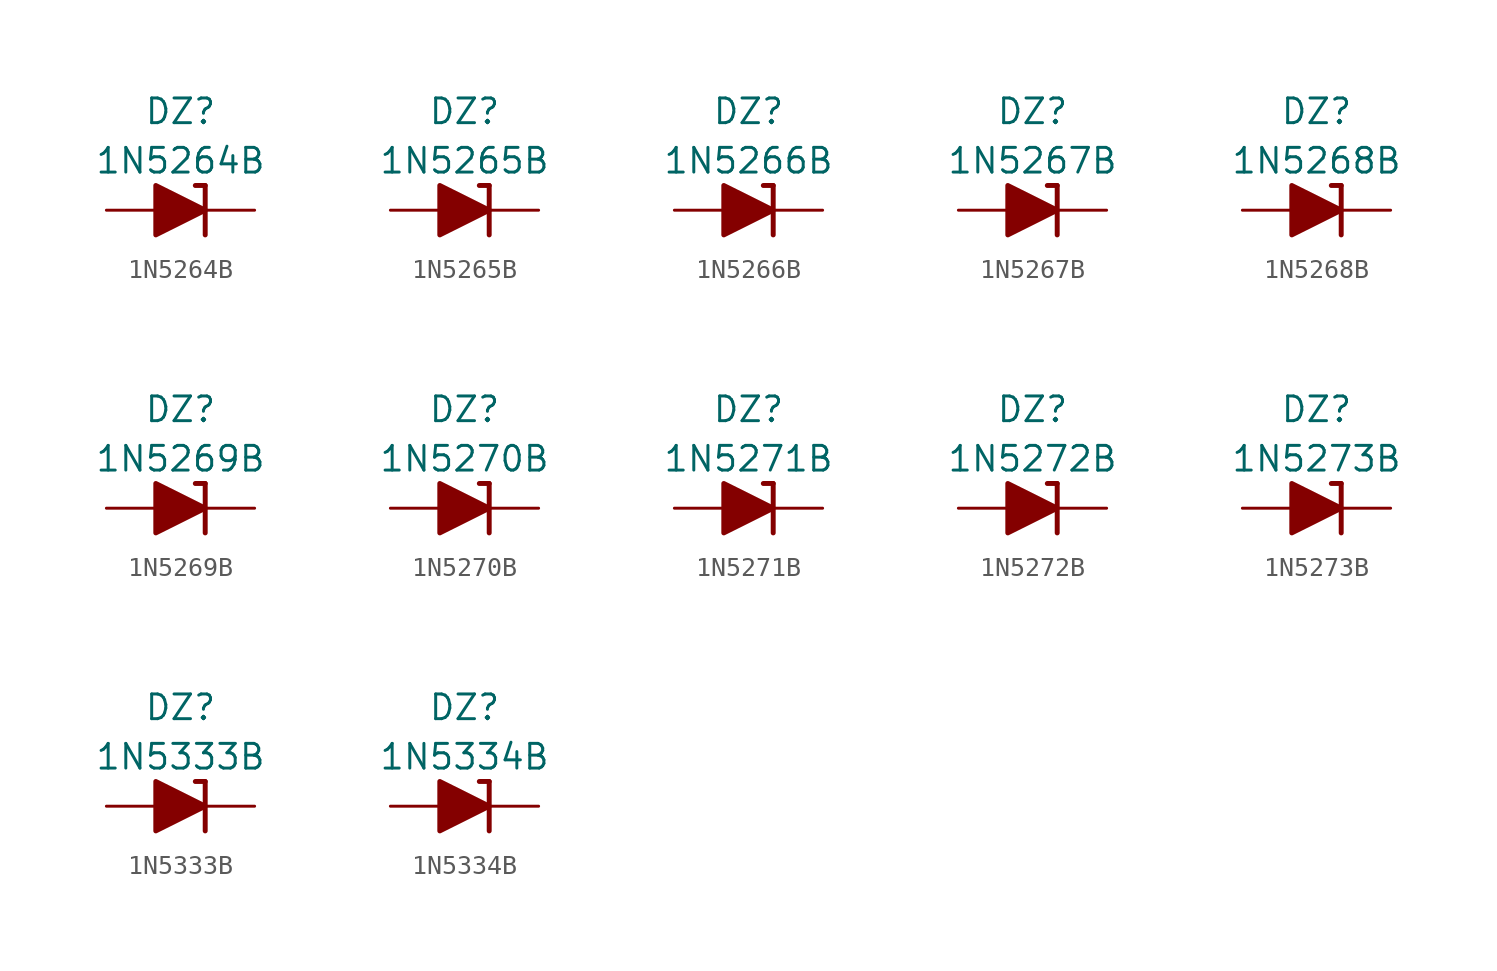
<source format=kicad_sym>
(kicad_symbol_lib
  (version 20211014)
  (generator kicad_symbol_editor)
  (symbol "1N5264B"
    (pin_numbers hide)
    (pin_names
      (offset 1.016) hide)
    (property "Reference" "DZ"
      (at 0 5.08 0)
      (effects (font (size 1.27 1.27))))
    (property "Value" "1N5264B"
      (at 0 2.54 0)
      (effects (font (size 1.27 1.27))))
    (symbol "1N5264B_0_1"
      (polyline (pts (xy -1.27 0) (xy 1.27 0)) (stroke (width 0) (type default) (color 0 0 0 0)) (fill (type none)))
      (polyline (pts (xy 1.27 1.27) (xy 0.762 1.27)) (stroke (width 0.254) (type default) (color 0 0 0 0)) (fill (type none)))
      (polyline (pts (xy 1.27 1.27) (xy 1.27 -1.27)) (stroke (width 0.254) (type default) (color 0 0 0 0)) (fill (type none)))
      (polyline (pts (xy -1.27 -1.27) (xy -1.27 1.27) (xy 1.27 0) (xy -1.27 -1.27)) (stroke (width 0.254) (type default) (color 0 0 0 0)) (fill (type outline))))
    (symbol "1N5264B_1_1"
      (pin passive line (at 3.81 0 180) (length 2.54) (name "K" (effects (font (size 1.27 1.27)))) (number "1" (effects (font (size 1.27 1.27)))))
      (pin passive line (at -3.81 0 0) (length 2.54) (name "A" (effects (font (size 1.27 1.27)))) (number "2" (effects (font (size 1.27 1.27)))))))
  (symbol "1N5265B"
    (pin_numbers hide)
    (pin_names
      (offset 1.016) hide)
    (property "Reference" "DZ"
      (at 0 5.08 0)
      (effects (font (size 1.27 1.27))))
    (property "Value" "1N5265B"
      (at 0 2.54 0)
      (effects (font (size 1.27 1.27))))
    (symbol "1N5265B_0_1"
      (polyline (pts (xy -1.27 0) (xy 1.27 0)) (stroke (width 0) (type default) (color 0 0 0 0)) (fill (type none)))
      (polyline (pts (xy 1.27 1.27) (xy 0.762 1.27)) (stroke (width 0.254) (type default) (color 0 0 0 0)) (fill (type none)))
      (polyline (pts (xy 1.27 1.27) (xy 1.27 -1.27)) (stroke (width 0.254) (type default) (color 0 0 0 0)) (fill (type none)))
      (polyline (pts (xy -1.27 -1.27) (xy -1.27 1.27) (xy 1.27 0) (xy -1.27 -1.27)) (stroke (width 0.254) (type default) (color 0 0 0 0)) (fill (type outline))))
    (symbol "1N5265B_1_1"
      (pin passive line (at 3.81 0 180) (length 2.54) (name "K" (effects (font (size 1.27 1.27)))) (number "1" (effects (font (size 1.27 1.27)))))
      (pin passive line (at -3.81 0 0) (length 2.54) (name "A" (effects (font (size 1.27 1.27)))) (number "2" (effects (font (size 1.27 1.27)))))))
  (symbol "1N5266B"
    (pin_numbers hide)
    (pin_names
      (offset 1.016) hide)
    (property "Reference" "DZ"
      (at 0 5.08 0)
      (effects (font (size 1.27 1.27))))
    (property "Value" "1N5266B"
      (at 0 2.54 0)
      (effects (font (size 1.27 1.27))))
    (symbol "1N5266B_0_1"
      (polyline (pts (xy -1.27 0) (xy 1.27 0)) (stroke (width 0) (type default) (color 0 0 0 0)) (fill (type none)))
      (polyline (pts (xy 1.27 1.27) (xy 0.762 1.27)) (stroke (width 0.254) (type default) (color 0 0 0 0)) (fill (type none)))
      (polyline (pts (xy 1.27 1.27) (xy 1.27 -1.27)) (stroke (width 0.254) (type default) (color 0 0 0 0)) (fill (type none)))
      (polyline (pts (xy -1.27 -1.27) (xy -1.27 1.27) (xy 1.27 0) (xy -1.27 -1.27)) (stroke (width 0.254) (type default) (color 0 0 0 0)) (fill (type outline))))
    (symbol "1N5266B_1_1"
      (pin passive line (at 3.81 0 180) (length 2.54) (name "K" (effects (font (size 1.27 1.27)))) (number "1" (effects (font (size 1.27 1.27)))))
      (pin passive line (at -3.81 0 0) (length 2.54) (name "A" (effects (font (size 1.27 1.27)))) (number "2" (effects (font (size 1.27 1.27)))))))
  (symbol "1N5267B"
    (pin_numbers hide)
    (pin_names
      (offset 1.016) hide)
    (property "Reference" "DZ"
      (at 0 5.08 0)
      (effects (font (size 1.27 1.27))))
    (property "Value" "1N5267B"
      (at 0 2.54 0)
      (effects (font (size 1.27 1.27))))
    (symbol "1N5267B_0_1"
      (polyline (pts (xy -1.27 0) (xy 1.27 0)) (stroke (width 0) (type default) (color 0 0 0 0)) (fill (type none)))
      (polyline (pts (xy 1.27 1.27) (xy 0.762 1.27)) (stroke (width 0.254) (type default) (color 0 0 0 0)) (fill (type none)))
      (polyline (pts (xy 1.27 1.27) (xy 1.27 -1.27)) (stroke (width 0.254) (type default) (color 0 0 0 0)) (fill (type none)))
      (polyline (pts (xy -1.27 -1.27) (xy -1.27 1.27) (xy 1.27 0) (xy -1.27 -1.27)) (stroke (width 0.254) (type default) (color 0 0 0 0)) (fill (type outline))))
    (symbol "1N5267B_1_1"
      (pin passive line (at 3.81 0 180) (length 2.54) (name "K" (effects (font (size 1.27 1.27)))) (number "1" (effects (font (size 1.27 1.27)))))
      (pin passive line (at -3.81 0 0) (length 2.54) (name "A" (effects (font (size 1.27 1.27)))) (number "2" (effects (font (size 1.27 1.27)))))))
  (symbol "1N5268B"
    (pin_numbers hide)
    (pin_names
      (offset 1.016) hide)
    (property "Reference" "DZ"
      (at 0 5.08 0)
      (effects (font (size 1.27 1.27))))
    (property "Value" "1N5268B"
      (at 0 2.54 0)
      (effects (font (size 1.27 1.27))))
    (symbol "1N5268B_0_1"
      (polyline (pts (xy -1.27 0) (xy 1.27 0)) (stroke (width 0) (type default) (color 0 0 0 0)) (fill (type none)))
      (polyline (pts (xy 1.27 1.27) (xy 0.762 1.27)) (stroke (width 0.254) (type default) (color 0 0 0 0)) (fill (type none)))
      (polyline (pts (xy 1.27 1.27) (xy 1.27 -1.27)) (stroke (width 0.254) (type default) (color 0 0 0 0)) (fill (type none)))
      (polyline (pts (xy -1.27 -1.27) (xy -1.27 1.27) (xy 1.27 0) (xy -1.27 -1.27)) (stroke (width 0.254) (type default) (color 0 0 0 0)) (fill (type outline))))
    (symbol "1N5268B_1_1"
      (pin passive line (at 3.81 0 180) (length 2.54) (name "K" (effects (font (size 1.27 1.27)))) (number "1" (effects (font (size 1.27 1.27)))))
      (pin passive line (at -3.81 0 0) (length 2.54) (name "A" (effects (font (size 1.27 1.27)))) (number "2" (effects (font (size 1.27 1.27)))))))
  (symbol "1N5269B"
    (pin_numbers hide)
    (pin_names
      (offset 1.016) hide)
    (property "Reference" "DZ"
      (at 0 5.08 0)
      (effects (font (size 1.27 1.27))))
    (property "Value" "1N5269B"
      (at 0 2.54 0)
      (effects (font (size 1.27 1.27))))
    (symbol "1N5269B_0_1"
      (polyline (pts (xy -1.27 0) (xy 1.27 0)) (stroke (width 0) (type default) (color 0 0 0 0)) (fill (type none)))
      (polyline (pts (xy 1.27 1.27) (xy 0.762 1.27)) (stroke (width 0.254) (type default) (color 0 0 0 0)) (fill (type none)))
      (polyline (pts (xy 1.27 1.27) (xy 1.27 -1.27)) (stroke (width 0.254) (type default) (color 0 0 0 0)) (fill (type none)))
      (polyline (pts (xy -1.27 -1.27) (xy -1.27 1.27) (xy 1.27 0) (xy -1.27 -1.27)) (stroke (width 0.254) (type default) (color 0 0 0 0)) (fill (type outline))))
    (symbol "1N5269B_1_1"
      (pin passive line (at 3.81 0 180) (length 2.54) (name "K" (effects (font (size 1.27 1.27)))) (number "1" (effects (font (size 1.27 1.27)))))
      (pin passive line (at -3.81 0 0) (length 2.54) (name "A" (effects (font (size 1.27 1.27)))) (number "2" (effects (font (size 1.27 1.27)))))))
  (symbol "1N5270B"
    (pin_numbers hide)
    (pin_names
      (offset 1.016) hide)
    (property "Reference" "DZ"
      (at 0 5.08 0)
      (effects (font (size 1.27 1.27))))
    (property "Value" "1N5270B"
      (at 0 2.54 0)
      (effects (font (size 1.27 1.27))))
    (symbol "1N5270B_0_1"
      (polyline (pts (xy -1.27 0) (xy 1.27 0)) (stroke (width 0) (type default) (color 0 0 0 0)) (fill (type none)))
      (polyline (pts (xy 1.27 1.27) (xy 0.762 1.27)) (stroke (width 0.254) (type default) (color 0 0 0 0)) (fill (type none)))
      (polyline (pts (xy 1.27 1.27) (xy 1.27 -1.27)) (stroke (width 0.254) (type default) (color 0 0 0 0)) (fill (type none)))
      (polyline (pts (xy -1.27 -1.27) (xy -1.27 1.27) (xy 1.27 0) (xy -1.27 -1.27)) (stroke (width 0.254) (type default) (color 0 0 0 0)) (fill (type outline))))
    (symbol "1N5270B_1_1"
      (pin passive line (at 3.81 0 180) (length 2.54) (name "K" (effects (font (size 1.27 1.27)))) (number "1" (effects (font (size 1.27 1.27)))))
      (pin passive line (at -3.81 0 0) (length 2.54) (name "A" (effects (font (size 1.27 1.27)))) (number "2" (effects (font (size 1.27 1.27)))))))
  (symbol "1N5271B"
    (pin_numbers hide)
    (pin_names
      (offset 1.016) hide)
    (property "Reference" "DZ"
      (at 0 5.08 0)
      (effects (font (size 1.27 1.27))))
    (property "Value" "1N5271B"
      (at 0 2.54 0)
      (effects (font (size 1.27 1.27))))
    (symbol "1N5271B_0_1"
      (polyline (pts (xy -1.27 0) (xy 1.27 0)) (stroke (width 0) (type default) (color 0 0 0 0)) (fill (type none)))
      (polyline (pts (xy 1.27 1.27) (xy 0.762 1.27)) (stroke (width 0.254) (type default) (color 0 0 0 0)) (fill (type none)))
      (polyline (pts (xy 1.27 1.27) (xy 1.27 -1.27)) (stroke (width 0.254) (type default) (color 0 0 0 0)) (fill (type none)))
      (polyline (pts (xy -1.27 -1.27) (xy -1.27 1.27) (xy 1.27 0) (xy -1.27 -1.27)) (stroke (width 0.254) (type default) (color 0 0 0 0)) (fill (type outline))))
    (symbol "1N5271B_1_1"
      (pin passive line (at 3.81 0 180) (length 2.54) (name "K" (effects (font (size 1.27 1.27)))) (number "1" (effects (font (size 1.27 1.27)))))
      (pin passive line (at -3.81 0 0) (length 2.54) (name "A" (effects (font (size 1.27 1.27)))) (number "2" (effects (font (size 1.27 1.27)))))))
  (symbol "1N5272B"
    (pin_numbers hide)
    (pin_names
      (offset 1.016) hide)
    (property "Reference" "DZ"
      (at 0 5.08 0)
      (effects (font (size 1.27 1.27))))
    (property "Value" "1N5272B"
      (at 0 2.54 0)
      (effects (font (size 1.27 1.27))))
    (symbol "1N5272B_0_1"
      (polyline (pts (xy -1.27 0) (xy 1.27 0)) (stroke (width 0) (type default) (color 0 0 0 0)) (fill (type none)))
      (polyline (pts (xy 1.27 1.27) (xy 0.762 1.27)) (stroke (width 0.254) (type default) (color 0 0 0 0)) (fill (type none)))
      (polyline (pts (xy 1.27 1.27) (xy 1.27 -1.27)) (stroke (width 0.254) (type default) (color 0 0 0 0)) (fill (type none)))
      (polyline (pts (xy -1.27 -1.27) (xy -1.27 1.27) (xy 1.27 0) (xy -1.27 -1.27)) (stroke (width 0.254) (type default) (color 0 0 0 0)) (fill (type outline))))
    (symbol "1N5272B_1_1"
      (pin passive line (at 3.81 0 180) (length 2.54) (name "K" (effects (font (size 1.27 1.27)))) (number "1" (effects (font (size 1.27 1.27)))))
      (pin passive line (at -3.81 0 0) (length 2.54) (name "A" (effects (font (size 1.27 1.27)))) (number "2" (effects (font (size 1.27 1.27)))))))
  (symbol "1N5273B"
    (pin_numbers hide)
    (pin_names
      (offset 1.016) hide)
    (property "Reference" "DZ"
      (at 0 5.08 0)
      (effects (font (size 1.27 1.27))))
    (property "Value" "1N5273B"
      (at 0 2.54 0)
      (effects (font (size 1.27 1.27))))
    (symbol "1N5273B_0_1"
      (polyline (pts (xy -1.27 0) (xy 1.27 0)) (stroke (width 0) (type default) (color 0 0 0 0)) (fill (type none)))
      (polyline (pts (xy 1.27 1.27) (xy 0.762 1.27)) (stroke (width 0.254) (type default) (color 0 0 0 0)) (fill (type none)))
      (polyline (pts (xy 1.27 1.27) (xy 1.27 -1.27)) (stroke (width 0.254) (type default) (color 0 0 0 0)) (fill (type none)))
      (polyline (pts (xy -1.27 -1.27) (xy -1.27 1.27) (xy 1.27 0) (xy -1.27 -1.27)) (stroke (width 0.254) (type default) (color 0 0 0 0)) (fill (type outline))))
    (symbol "1N5273B_1_1"
      (pin passive line (at 3.81 0 180) (length 2.54) (name "K" (effects (font (size 1.27 1.27)))) (number "1" (effects (font (size 1.27 1.27)))))
      (pin passive line (at -3.81 0 0) (length 2.54) (name "A" (effects (font (size 1.27 1.27)))) (number "2" (effects (font (size 1.27 1.27)))))))
  (symbol "1N5333B"
    (pin_numbers hide)
    (pin_names
      (offset 1.016) hide)
    (property "Reference" "DZ"
      (at 0 5.08 0)
      (effects (font (size 1.27 1.27))))
    (property "Value" "1N5333B"
      (at 0 2.54 0)
      (effects (font (size 1.27 1.27))))
    (symbol "1N5333B_0_1"
      (polyline (pts (xy -1.27 0) (xy 1.27 0)) (stroke (width 0) (type default) (color 0 0 0 0)) (fill (type none)))
      (polyline (pts (xy 1.27 1.27) (xy 0.762 1.27)) (stroke (width 0.254) (type default) (color 0 0 0 0)) (fill (type none)))
      (polyline (pts (xy 1.27 1.27) (xy 1.27 -1.27)) (stroke (width 0.254) (type default) (color 0 0 0 0)) (fill (type none)))
      (polyline (pts (xy -1.27 -1.27) (xy -1.27 1.27) (xy 1.27 0) (xy -1.27 -1.27)) (stroke (width 0.254) (type default) (color 0 0 0 0)) (fill (type outline))))
    (symbol "1N5333B_1_1"
      (pin passive line (at 3.81 0 180) (length 2.54) (name "K" (effects (font (size 1.27 1.27)))) (number "1" (effects (font (size 1.27 1.27)))))
      (pin passive line (at -3.81 0 0) (length 2.54) (name "A" (effects (font (size 1.27 1.27)))) (number "2" (effects (font (size 1.27 1.27)))))))
  (symbol "1N5334B"
    (pin_numbers hide)
    (pin_names
      (offset 1.016) hide)
    (property "Reference" "DZ"
      (at 0 5.08 0)
      (effects (font (size 1.27 1.27))))
    (property "Value" "1N5334B"
      (at 0 2.54 0)
      (effects (font (size 1.27 1.27))))
    (symbol "1N5334B_0_1"
      (polyline (pts (xy -1.27 0) (xy 1.27 0)) (stroke (width 0) (type default) (color 0 0 0 0)) (fill (type none)))
      (polyline (pts (xy 1.27 1.27) (xy 0.762 1.27)) (stroke (width 0.254) (type default) (color 0 0 0 0)) (fill (type none)))
      (polyline (pts (xy 1.27 1.27) (xy 1.27 -1.27)) (stroke (width 0.254) (type default) (color 0 0 0 0)) (fill (type none)))
      (polyline (pts (xy -1.27 -1.27) (xy -1.27 1.27) (xy 1.27 0) (xy -1.27 -1.27)) (stroke (width 0.254) (type default) (color 0 0 0 0)) (fill (type outline))))
    (symbol "1N5334B_1_1"
      (pin passive line (at 3.81 0 180) (length 2.54) (name "K" (effects (font (size 1.27 1.27)))) (number "1" (effects (font (size 1.27 1.27)))))
      (pin passive line (at -3.81 0 0) (length 2.54) (name "A" (effects (font (size 1.27 1.27)))) (number "2" (effects (font (size 1.27 1.27))))))))
</source>
